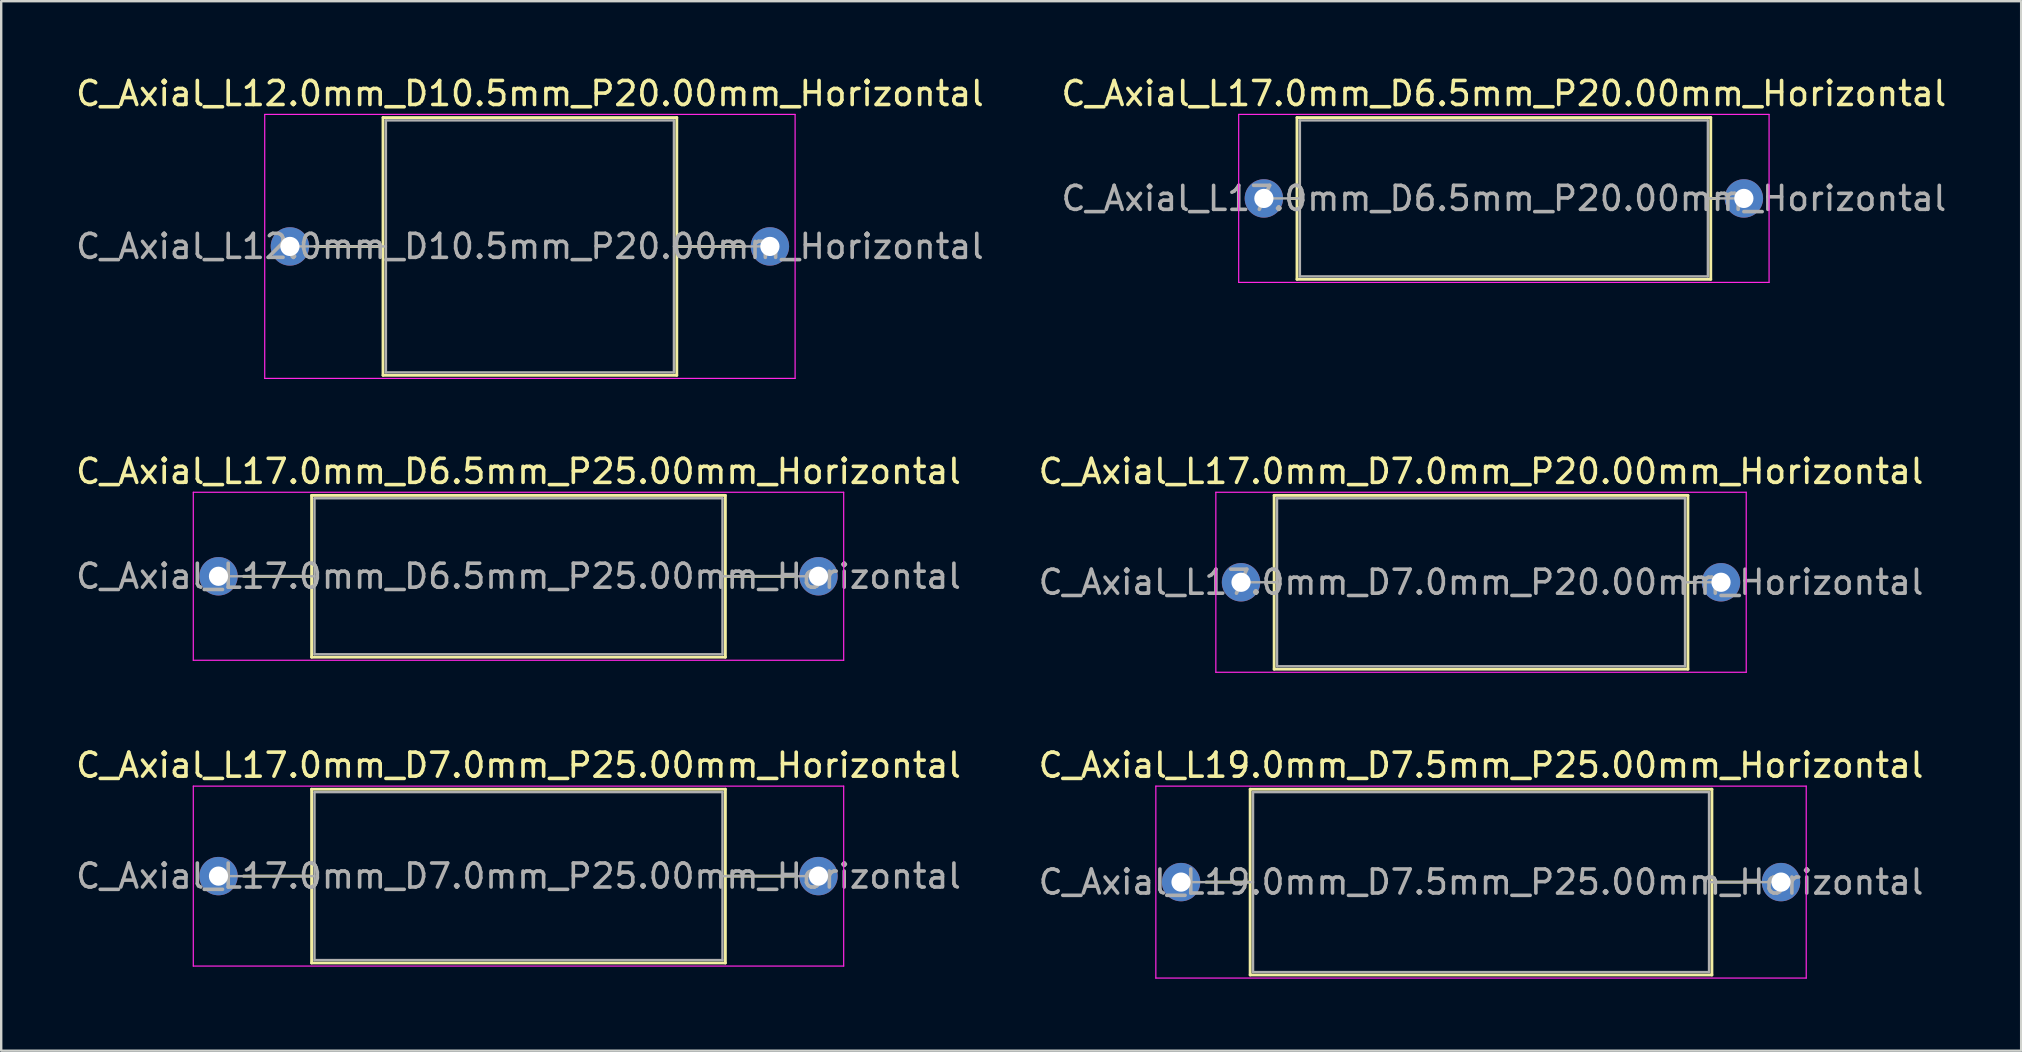
<source format=kicad_pcb>
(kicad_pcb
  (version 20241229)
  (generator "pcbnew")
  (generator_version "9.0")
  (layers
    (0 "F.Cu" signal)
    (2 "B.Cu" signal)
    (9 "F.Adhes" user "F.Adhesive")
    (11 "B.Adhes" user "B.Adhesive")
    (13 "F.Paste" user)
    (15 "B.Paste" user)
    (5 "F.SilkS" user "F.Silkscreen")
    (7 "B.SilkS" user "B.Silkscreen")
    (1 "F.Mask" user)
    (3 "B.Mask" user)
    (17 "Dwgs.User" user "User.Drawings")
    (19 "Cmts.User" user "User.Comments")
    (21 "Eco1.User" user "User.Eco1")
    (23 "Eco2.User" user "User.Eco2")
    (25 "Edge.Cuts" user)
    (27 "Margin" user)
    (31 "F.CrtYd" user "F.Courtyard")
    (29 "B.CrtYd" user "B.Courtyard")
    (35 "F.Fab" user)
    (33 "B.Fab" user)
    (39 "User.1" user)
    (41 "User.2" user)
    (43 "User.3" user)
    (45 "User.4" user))
  (footprint "C_Axial_L17.0mm_D6.5mm_P25.00mm_Horizontal"
    (layer "F.Cu")
    (at 6.054 20.962)
    (property "Reference" "C_Axial_L17.0mm_D6.5mm_P25.00mm_Horizontal" (at 12.5 -4.37 0) (layer "F.SilkS") (effects (font (size 1 1) (thickness 0.15))))
    (attr through_hole)
    (fp_line (start 1.04 0) (end 3.88 0) (stroke (width 0.12) (type solid)) (layer "F.SilkS"))
    (fp_line (start 3.88 -3.37) (end 3.88 3.37) (stroke (width 0.12) (type solid)) (layer "F.SilkS"))
    (fp_line (start 3.88 3.37) (end 21.12 3.37) (stroke (width 0.12) (type solid)) (layer "F.SilkS"))
    (fp_line (start 21.12 -3.37) (end 3.88 -3.37) (stroke (width 0.12) (type solid)) (layer "F.SilkS"))
    (fp_line (start 21.12 3.37) (end 21.12 -3.37) (stroke (width 0.12) (type solid)) (layer "F.SilkS"))
    (fp_line (start 23.96 0) (end 21.12 0) (stroke (width 0.12) (type solid)) (layer "F.SilkS"))
    (fp_line (start -1.05 -3.5) (end -1.05 3.5) (stroke (width 0.05) (type solid)) (layer "F.CrtYd"))
    (fp_line (start -1.05 3.5) (end 26.05 3.5) (stroke (width 0.05) (type solid)) (layer "F.CrtYd"))
    (fp_line (start 26.05 -3.5) (end -1.05 -3.5) (stroke (width 0.05) (type solid)) (layer "F.CrtYd"))
    (fp_line (start 26.05 3.5) (end 26.05 -3.5) (stroke (width 0.05) (type solid)) (layer "F.CrtYd"))
    (fp_line (start 0 0) (end 4 0) (stroke (width 0.1) (type solid)) (layer "F.Fab"))
    (fp_line (start 4 -3.25) (end 4 3.25) (stroke (width 0.1) (type solid)) (layer "F.Fab"))
    (fp_line (start 4 3.25) (end 21 3.25) (stroke (width 0.1) (type solid)) (layer "F.Fab"))
    (fp_line (start 21 -3.25) (end 4 -3.25) (stroke (width 0.1) (type solid)) (layer "F.Fab"))
    (fp_line (start 21 3.25) (end 21 -3.25) (stroke (width 0.1) (type solid)) (layer "F.Fab"))
    (fp_line (start 25 0) (end 21 0) (stroke (width 0.1) (type solid)) (layer "F.Fab"))
    (fp_text user "${REFERENCE}" (at 12.5 0 0) (layer "F.Fab") (effects (font (size 1 1) (thickness 0.15))))
    (pad "1" thru_hole circle (at 0 0) (size 1.6 1.6) (drill 0.8) (layers "*.Cu" "*.Mask"))
    (pad "2" thru_hole oval (at 25 0) (size 1.6 1.6) (drill 0.8) (layers "*.Cu" "*.Mask")))
  (footprint "C_Axial_L17.0mm_D6.5mm_P20.00mm_Horizontal"
    (layer "F.Cu")
    (at 49.613 5.218)
    (property "Reference" "C_Axial_L17.0mm_D6.5mm_P20.00mm_Horizontal" (at 10 -4.37 0) (layer "F.SilkS") (effects (font (size 1 1) (thickness 0.15))))
    (attr through_hole)
    (fp_line (start 1.04 0) (end 1.38 0) (stroke (width 0.12) (type solid)) (layer "F.SilkS"))
    (fp_line (start 1.38 -3.37) (end 1.38 3.37) (stroke (width 0.12) (type solid)) (layer "F.SilkS"))
    (fp_line (start 1.38 3.37) (end 18.62 3.37) (stroke (width 0.12) (type solid)) (layer "F.SilkS"))
    (fp_line (start 18.62 -3.37) (end 1.38 -3.37) (stroke (width 0.12) (type solid)) (layer "F.SilkS"))
    (fp_line (start 18.62 3.37) (end 18.62 -3.37) (stroke (width 0.12) (type solid)) (layer "F.SilkS"))
    (fp_line (start 18.96 0) (end 18.62 0) (stroke (width 0.12) (type solid)) (layer "F.SilkS"))
    (fp_line (start -1.05 -3.5) (end -1.05 3.5) (stroke (width 0.05) (type solid)) (layer "F.CrtYd"))
    (fp_line (start -1.05 3.5) (end 21.05 3.5) (stroke (width 0.05) (type solid)) (layer "F.CrtYd"))
    (fp_line (start 21.05 -3.5) (end -1.05 -3.5) (stroke (width 0.05) (type solid)) (layer "F.CrtYd"))
    (fp_line (start 21.05 3.5) (end 21.05 -3.5) (stroke (width 0.05) (type solid)) (layer "F.CrtYd"))
    (fp_line (start 0 0) (end 1.5 0) (stroke (width 0.1) (type solid)) (layer "F.Fab"))
    (fp_line (start 1.5 -3.25) (end 1.5 3.25) (stroke (width 0.1) (type solid)) (layer "F.Fab"))
    (fp_line (start 1.5 3.25) (end 18.5 3.25) (stroke (width 0.1) (type solid)) (layer "F.Fab"))
    (fp_line (start 18.5 -3.25) (end 1.5 -3.25) (stroke (width 0.1) (type solid)) (layer "F.Fab"))
    (fp_line (start 18.5 3.25) (end 18.5 -3.25) (stroke (width 0.1) (type solid)) (layer "F.Fab"))
    (fp_line (start 20 0) (end 18.5 0) (stroke (width 0.1) (type solid)) (layer "F.Fab"))
    (fp_text user "${REFERENCE}" (at 10 0 0) (layer "F.Fab") (effects (font (size 1 1) (thickness 0.15))))
    (pad "1" thru_hole circle (at 0 0) (size 1.6 1.6) (drill 0.8) (layers "*.Cu" "*.Mask"))
    (pad "2" thru_hole oval (at 20 0) (size 1.6 1.6) (drill 0.8) (layers "*.Cu" "*.Mask")))
  (footprint "C_Axial_L19.0mm_D7.5mm_P25.00mm_Horizontal"
    (layer "F.Cu")
    (at 46.161 33.705)
    (property "Reference" "C_Axial_L19.0mm_D7.5mm_P25.00mm_Horizontal" (at 12.5 -4.87 0) (layer "F.SilkS") (effects (font (size 1 1) (thickness 0.15))))
    (attr through_hole)
    (fp_line (start 1.04 0) (end 2.88 0) (stroke (width 0.12) (type solid)) (layer "F.SilkS"))
    (fp_line (start 2.88 -3.87) (end 2.88 3.87) (stroke (width 0.12) (type solid)) (layer "F.SilkS"))
    (fp_line (start 2.88 3.87) (end 22.12 3.87) (stroke (width 0.12) (type solid)) (layer "F.SilkS"))
    (fp_line (start 22.12 -3.87) (end 2.88 -3.87) (stroke (width 0.12) (type solid)) (layer "F.SilkS"))
    (fp_line (start 22.12 3.87) (end 22.12 -3.87) (stroke (width 0.12) (type solid)) (layer "F.SilkS"))
    (fp_line (start 23.96 0) (end 22.12 0) (stroke (width 0.12) (type solid)) (layer "F.SilkS"))
    (fp_line (start -1.05 -4) (end -1.05 4) (stroke (width 0.05) (type solid)) (layer "F.CrtYd"))
    (fp_line (start -1.05 4) (end 26.05 4) (stroke (width 0.05) (type solid)) (layer "F.CrtYd"))
    (fp_line (start 26.05 -4) (end -1.05 -4) (stroke (width 0.05) (type solid)) (layer "F.CrtYd"))
    (fp_line (start 26.05 4) (end 26.05 -4) (stroke (width 0.05) (type solid)) (layer "F.CrtYd"))
    (fp_line (start 0 0) (end 3 0) (stroke (width 0.1) (type solid)) (layer "F.Fab"))
    (fp_line (start 3 -3.75) (end 3 3.75) (stroke (width 0.1) (type solid)) (layer "F.Fab"))
    (fp_line (start 3 3.75) (end 22 3.75) (stroke (width 0.1) (type solid)) (layer "F.Fab"))
    (fp_line (start 22 -3.75) (end 3 -3.75) (stroke (width 0.1) (type solid)) (layer "F.Fab"))
    (fp_line (start 22 3.75) (end 22 -3.75) (stroke (width 0.1) (type solid)) (layer "F.Fab"))
    (fp_line (start 25 0) (end 22 0) (stroke (width 0.1) (type solid)) (layer "F.Fab"))
    (fp_text user "${REFERENCE}" (at 12.5 0 0) (layer "F.Fab") (effects (font (size 1 1) (thickness 0.15))))
    (pad "1" thru_hole circle (at 0 0) (size 1.6 1.6) (drill 0.8) (layers "*.Cu" "*.Mask"))
    (pad "2" thru_hole oval (at 25 0) (size 1.6 1.6) (drill 0.8) (layers "*.Cu" "*.Mask")))
  (footprint "C_Axial_L12.0mm_D10.5mm_P20.00mm_Horizontal"
    (layer "F.Cu")
    (at 9.03 7.218)
    (property "Reference" "C_Axial_L12.0mm_D10.5mm_P20.00mm_Horizontal" (at 10 -6.37 0) (layer "F.SilkS") (effects (font (size 1 1) (thickness 0.15))))
    (attr through_hole)
    (fp_line (start 1.04 0) (end 3.88 0) (stroke (width 0.12) (type solid)) (layer "F.SilkS"))
    (fp_line (start 3.88 -5.37) (end 3.88 5.37) (stroke (width 0.12) (type solid)) (layer "F.SilkS"))
    (fp_line (start 3.88 5.37) (end 16.12 5.37) (stroke (width 0.12) (type solid)) (layer "F.SilkS"))
    (fp_line (start 16.12 -5.37) (end 3.88 -5.37) (stroke (width 0.12) (type solid)) (layer "F.SilkS"))
    (fp_line (start 16.12 5.37) (end 16.12 -5.37) (stroke (width 0.12) (type solid)) (layer "F.SilkS"))
    (fp_line (start 18.96 0) (end 16.12 0) (stroke (width 0.12) (type solid)) (layer "F.SilkS"))
    (fp_line (start -1.05 -5.5) (end -1.05 5.5) (stroke (width 0.05) (type solid)) (layer "F.CrtYd"))
    (fp_line (start -1.05 5.5) (end 21.05 5.5) (stroke (width 0.05) (type solid)) (layer "F.CrtYd"))
    (fp_line (start 21.05 -5.5) (end -1.05 -5.5) (stroke (width 0.05) (type solid)) (layer "F.CrtYd"))
    (fp_line (start 21.05 5.5) (end 21.05 -5.5) (stroke (width 0.05) (type solid)) (layer "F.CrtYd"))
    (fp_line (start 0 0) (end 4 0) (stroke (width 0.1) (type solid)) (layer "F.Fab"))
    (fp_line (start 4 -5.25) (end 4 5.25) (stroke (width 0.1) (type solid)) (layer "F.Fab"))
    (fp_line (start 4 5.25) (end 16 5.25) (stroke (width 0.1) (type solid)) (layer "F.Fab"))
    (fp_line (start 16 -5.25) (end 4 -5.25) (stroke (width 0.1) (type solid)) (layer "F.Fab"))
    (fp_line (start 16 5.25) (end 16 -5.25) (stroke (width 0.1) (type solid)) (layer "F.Fab"))
    (fp_line (start 20 0) (end 16 0) (stroke (width 0.1) (type solid)) (layer "F.Fab"))
    (fp_text user "${REFERENCE}" (at 10 0 0) (layer "F.Fab") (effects (font (size 1 1) (thickness 0.15))))
    (pad "1" thru_hole circle (at 0 0) (size 1.6 1.6) (drill 0.8) (layers "*.Cu" "*.Mask"))
    (pad "2" thru_hole oval (at 20 0) (size 1.6 1.6) (drill 0.8) (layers "*.Cu" "*.Mask")))
  (footprint "C_Axial_L17.0mm_D7.0mm_P20.00mm_Horizontal"
    (layer "F.Cu")
    (at 48.661 21.212)
    (property "Reference" "C_Axial_L17.0mm_D7.0mm_P20.00mm_Horizontal" (at 10 -4.62 0) (layer "F.SilkS") (effects (font (size 1 1) (thickness 0.15))))
    (attr through_hole)
    (fp_line (start 1.04 0) (end 1.38 0) (stroke (width 0.12) (type solid)) (layer "F.SilkS"))
    (fp_line (start 1.38 -3.62) (end 1.38 3.62) (stroke (width 0.12) (type solid)) (layer "F.SilkS"))
    (fp_line (start 1.38 3.62) (end 18.62 3.62) (stroke (width 0.12) (type solid)) (layer "F.SilkS"))
    (fp_line (start 18.62 -3.62) (end 1.38 -3.62) (stroke (width 0.12) (type solid)) (layer "F.SilkS"))
    (fp_line (start 18.62 3.62) (end 18.62 -3.62) (stroke (width 0.12) (type solid)) (layer "F.SilkS"))
    (fp_line (start 18.96 0) (end 18.62 0) (stroke (width 0.12) (type solid)) (layer "F.SilkS"))
    (fp_line (start -1.05 -3.75) (end -1.05 3.75) (stroke (width 0.05) (type solid)) (layer "F.CrtYd"))
    (fp_line (start -1.05 3.75) (end 21.05 3.75) (stroke (width 0.05) (type solid)) (layer "F.CrtYd"))
    (fp_line (start 21.05 -3.75) (end -1.05 -3.75) (stroke (width 0.05) (type solid)) (layer "F.CrtYd"))
    (fp_line (start 21.05 3.75) (end 21.05 -3.75) (stroke (width 0.05) (type solid)) (layer "F.CrtYd"))
    (fp_line (start 0 0) (end 1.5 0) (stroke (width 0.1) (type solid)) (layer "F.Fab"))
    (fp_line (start 1.5 -3.5) (end 1.5 3.5) (stroke (width 0.1) (type solid)) (layer "F.Fab"))
    (fp_line (start 1.5 3.5) (end 18.5 3.5) (stroke (width 0.1) (type solid)) (layer "F.Fab"))
    (fp_line (start 18.5 -3.5) (end 1.5 -3.5) (stroke (width 0.1) (type solid)) (layer "F.Fab"))
    (fp_line (start 18.5 3.5) (end 18.5 -3.5) (stroke (width 0.1) (type solid)) (layer "F.Fab"))
    (fp_line (start 20 0) (end 18.5 0) (stroke (width 0.1) (type solid)) (layer "F.Fab"))
    (fp_text user "${REFERENCE}" (at 10 0 0) (layer "F.Fab") (effects (font (size 1 1) (thickness 0.15))))
    (pad "1" thru_hole circle (at 0 0) (size 1.6 1.6) (drill 0.8) (layers "*.Cu" "*.Mask"))
    (pad "2" thru_hole oval (at 20 0) (size 1.6 1.6) (drill 0.8) (layers "*.Cu" "*.Mask")))
  (footprint "C_Axial_L17.0mm_D7.0mm_P25.00mm_Horizontal"
    (layer "F.Cu")
    (at 6.054 33.455)
    (property "Reference" "C_Axial_L17.0mm_D7.0mm_P25.00mm_Horizontal" (at 12.5 -4.62 0) (layer "F.SilkS") (effects (font (size 1 1) (thickness 0.15))))
    (attr through_hole)
    (fp_line (start 1.04 0) (end 3.88 0) (stroke (width 0.12) (type solid)) (layer "F.SilkS"))
    (fp_line (start 3.88 -3.62) (end 3.88 3.62) (stroke (width 0.12) (type solid)) (layer "F.SilkS"))
    (fp_line (start 3.88 3.62) (end 21.12 3.62) (stroke (width 0.12) (type solid)) (layer "F.SilkS"))
    (fp_line (start 21.12 -3.62) (end 3.88 -3.62) (stroke (width 0.12) (type solid)) (layer "F.SilkS"))
    (fp_line (start 21.12 3.62) (end 21.12 -3.62) (stroke (width 0.12) (type solid)) (layer "F.SilkS"))
    (fp_line (start 23.96 0) (end 21.12 0) (stroke (width 0.12) (type solid)) (layer "F.SilkS"))
    (fp_line (start -1.05 -3.75) (end -1.05 3.75) (stroke (width 0.05) (type solid)) (layer "F.CrtYd"))
    (fp_line (start -1.05 3.75) (end 26.05 3.75) (stroke (width 0.05) (type solid)) (layer "F.CrtYd"))
    (fp_line (start 26.05 -3.75) (end -1.05 -3.75) (stroke (width 0.05) (type solid)) (layer "F.CrtYd"))
    (fp_line (start 26.05 3.75) (end 26.05 -3.75) (stroke (width 0.05) (type solid)) (layer "F.CrtYd"))
    (fp_line (start 0 0) (end 4 0) (stroke (width 0.1) (type solid)) (layer "F.Fab"))
    (fp_line (start 4 -3.5) (end 4 3.5) (stroke (width 0.1) (type solid)) (layer "F.Fab"))
    (fp_line (start 4 3.5) (end 21 3.5) (stroke (width 0.1) (type solid)) (layer "F.Fab"))
    (fp_line (start 21 -3.5) (end 4 -3.5) (stroke (width 0.1) (type solid)) (layer "F.Fab"))
    (fp_line (start 21 3.5) (end 21 -3.5) (stroke (width 0.1) (type solid)) (layer "F.Fab"))
    (fp_line (start 25 0) (end 21 0) (stroke (width 0.1) (type solid)) (layer "F.Fab"))
    (fp_text user "${REFERENCE}" (at 12.5 0 0) (layer "F.Fab") (effects (font (size 1 1) (thickness 0.15))))
    (pad "1" thru_hole circle (at 0 0) (size 1.6 1.6) (drill 0.8) (layers "*.Cu" "*.Mask"))
    (pad "2" thru_hole oval (at 25 0) (size 1.6 1.6) (drill 0.8) (layers "*.Cu" "*.Mask")))
  (gr_rect
    (start -3 -3)
    (end 81.167 40.73)
    (stroke (width 0.1) (type default))
    (fill no)
    (layer "Edge.Cuts")))
</source>
